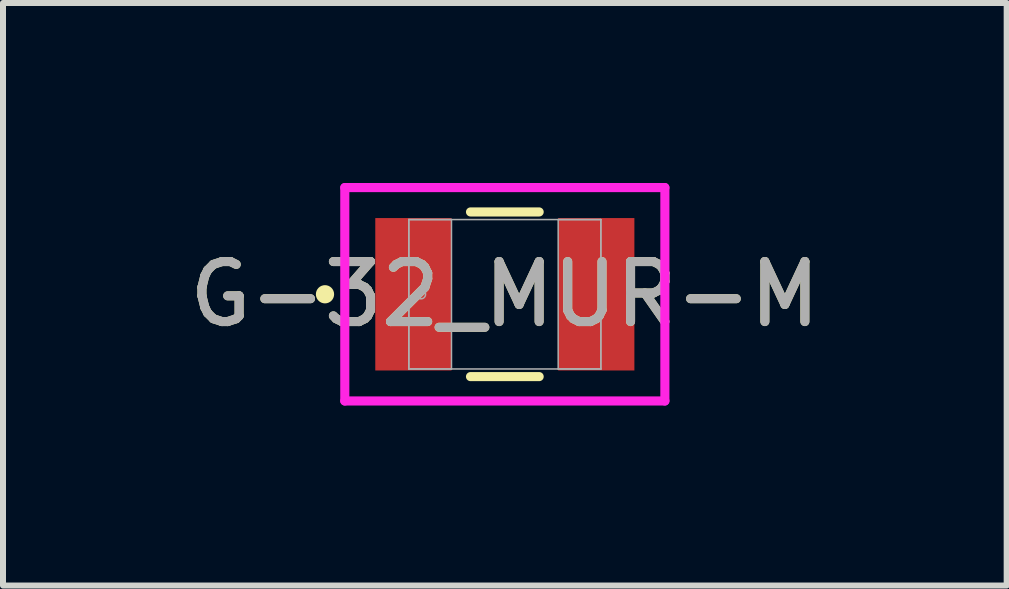
<source format=kicad_pcb>
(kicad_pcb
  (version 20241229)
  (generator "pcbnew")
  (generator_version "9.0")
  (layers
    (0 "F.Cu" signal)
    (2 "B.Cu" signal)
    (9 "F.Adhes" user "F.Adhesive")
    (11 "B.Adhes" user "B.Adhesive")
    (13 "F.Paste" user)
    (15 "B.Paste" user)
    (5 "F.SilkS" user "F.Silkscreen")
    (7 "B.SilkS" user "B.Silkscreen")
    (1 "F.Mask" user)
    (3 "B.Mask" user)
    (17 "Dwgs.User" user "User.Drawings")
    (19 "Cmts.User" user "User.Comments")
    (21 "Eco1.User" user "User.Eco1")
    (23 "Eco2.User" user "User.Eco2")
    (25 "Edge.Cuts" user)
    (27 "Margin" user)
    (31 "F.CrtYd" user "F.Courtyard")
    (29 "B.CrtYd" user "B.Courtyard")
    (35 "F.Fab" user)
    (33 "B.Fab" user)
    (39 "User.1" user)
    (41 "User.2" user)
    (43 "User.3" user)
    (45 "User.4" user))
  (footprint "G-32_MUR-M"
    (layer "F.Cu")
    (at 5.363 1.854)
    (property "Reference" "G-32_MUR-M" (at 0 0 0) (unlocked yes) (layer "F.SilkS") (effects (font (size 1 1) (thickness 0.15))))
    (attr smd)
    (fp_line (start -0.572 1.372) (end 0.572 1.372) (stroke (width 0.152) (type solid)) (layer "F.SilkS"))
    (fp_line (start 0.572 -1.372) (end -0.572 -1.372) (stroke (width 0.152) (type solid)) (layer "F.SilkS"))
    (fp_circle (center -2.997 0) (end -2.921 0) (stroke (width 0.152) (type solid)) (fill no) (layer "F.SilkS"))
    (fp_line (start -2.667 -1.778) (end 2.667 -1.778) (stroke (width 0.152) (type solid)) (layer "F.CrtYd"))
    (fp_line (start -2.667 1.778) (end -2.667 -1.778) (stroke (width 0.152) (type solid)) (layer "F.CrtYd"))
    (fp_line (start 2.667 -1.778) (end 2.667 1.778) (stroke (width 0.152) (type solid)) (layer "F.CrtYd"))
    (fp_line (start 2.667 1.778) (end -2.667 1.778) (stroke (width 0.152) (type solid)) (layer "F.CrtYd"))
    (fp_line (start -1.6 -1.245) (end -1.6 1.245) (stroke (width 0.025) (type solid)) (layer "F.Fab"))
    (fp_line (start -1.6 -1.245) (end -1.6 1.245) (stroke (width 0.025) (type solid)) (layer "F.Fab"))
    (fp_line (start -1.6 1.245) (end -0.889 1.245) (stroke (width 0.025) (type solid)) (layer "F.Fab"))
    (fp_line (start -1.6 1.245) (end 1.6 1.245) (stroke (width 0.025) (type solid)) (layer "F.Fab"))
    (fp_line (start -0.889 -1.245) (end -1.6 -1.245) (stroke (width 0.025) (type solid)) (layer "F.Fab"))
    (fp_line (start -0.889 1.245) (end -0.889 -1.245) (stroke (width 0.025) (type solid)) (layer "F.Fab"))
    (fp_line (start 0.889 -1.245) (end 0.889 1.245) (stroke (width 0.025) (type solid)) (layer "F.Fab"))
    (fp_line (start 0.889 1.245) (end 1.6 1.245) (stroke (width 0.025) (type solid)) (layer "F.Fab"))
    (fp_line (start 1.6 -1.245) (end -1.6 -1.245) (stroke (width 0.025) (type solid)) (layer "F.Fab"))
    (fp_line (start 1.6 -1.245) (end 0.889 -1.245) (stroke (width 0.025) (type solid)) (layer "F.Fab"))
    (fp_line (start 1.6 1.245) (end 1.6 -1.245) (stroke (width 0.025) (type solid)) (layer "F.Fab"))
    (fp_line (start 1.6 1.245) (end 1.6 -1.245) (stroke (width 0.025) (type solid)) (layer "F.Fab"))
    (fp_circle (center -1.397 0) (end -1.321 0) (stroke (width 0.025) (type solid)) (fill no) (layer "F.Fab"))
    (fp_text user "${REFERENCE}" (at 0 0 0) (unlocked yes) (layer "F.Fab") (effects (font (size 1 1) (thickness 0.15))))
    (pad "1" smd rect (at -1.524 0) (size 1.27 2.54) (layers "F.Cu" "F.Mask" "F.Paste"))
    (pad "2" smd rect (at 1.524 0) (size 1.27 2.54) (layers "F.Cu" "F.Mask" "F.Paste"))
    (zone (net_name "") (layer "F.Cu") (hatch full 0.508) (connect_pads) (min_thickness 0.254) (filled_areas_thickness no) (keepout (tracks not_allowed) (vias not_allowed) (pads allowed) (copperpour not_allowed) (footprints allowed)) (placement (enabled no)) (fill) (polygon (pts (xy 4.525 0.66) (xy 6.201 0.66) (xy 6.201 3.048) (xy 4.525 3.048)))))
  (gr_rect
    (start -3 -3)
    (end 13.726 6.708)
    (stroke (width 0.1) (type default))
    (fill no)
    (layer "Edge.Cuts")))
</source>
